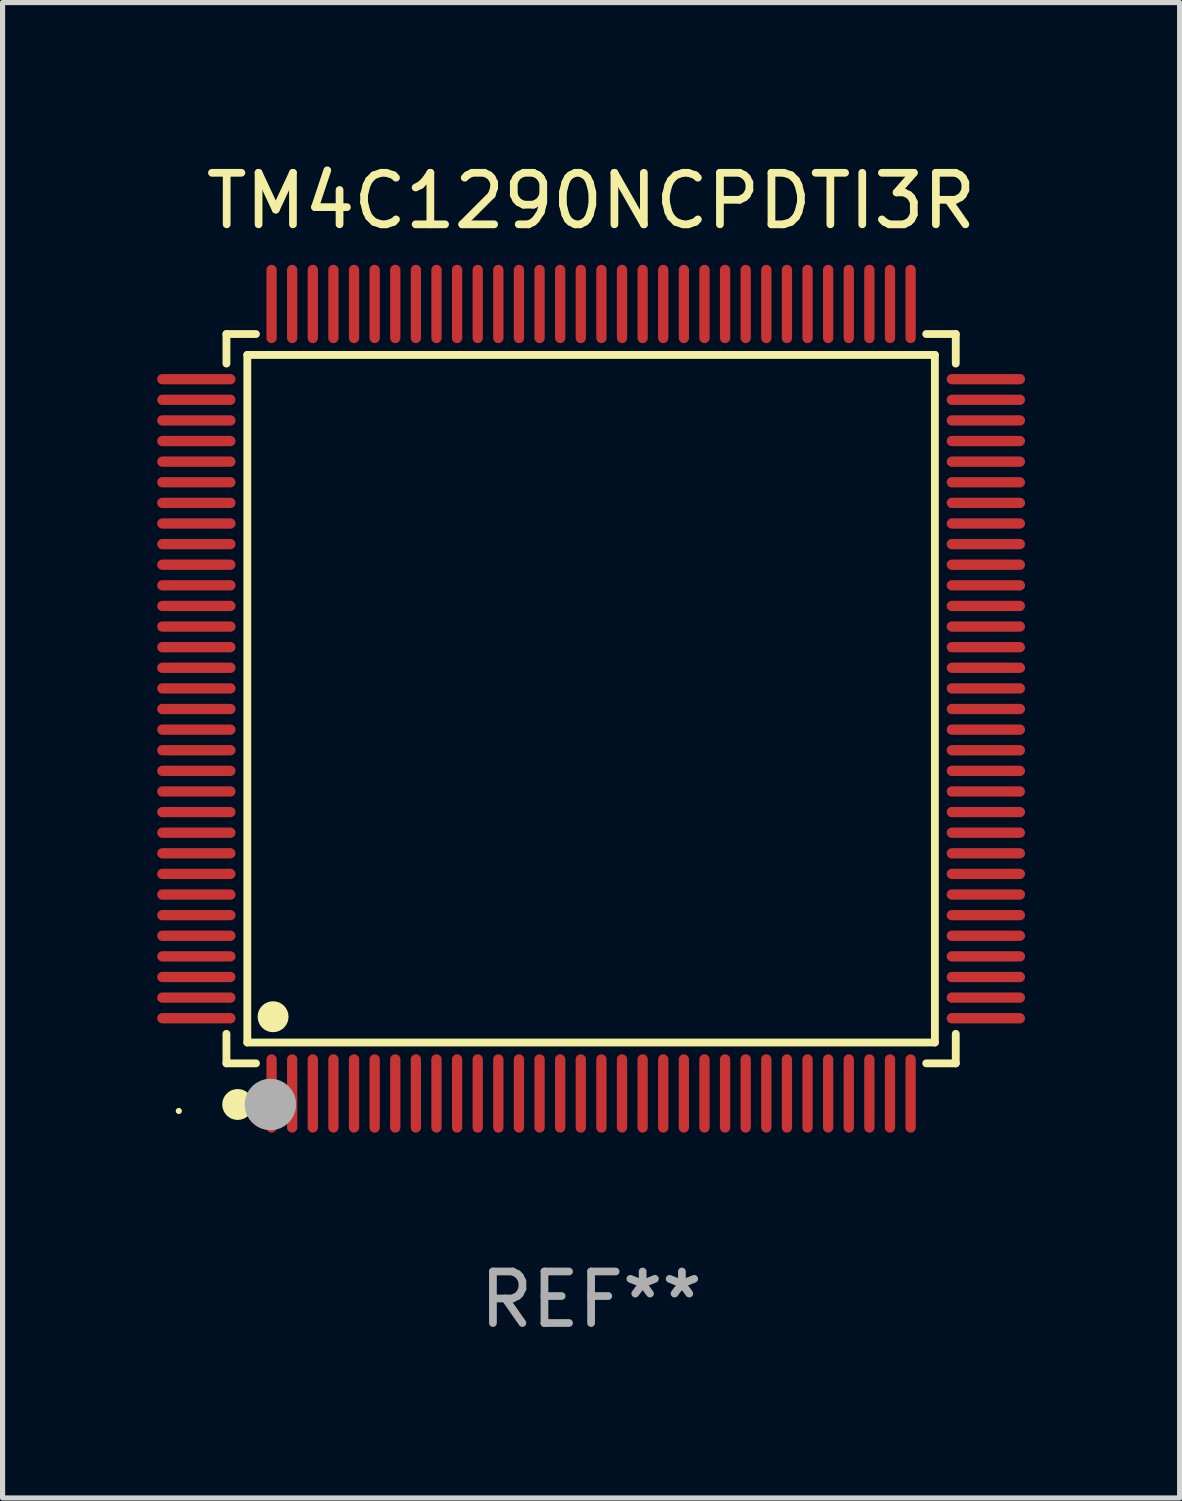
<source format=kicad_pcb>
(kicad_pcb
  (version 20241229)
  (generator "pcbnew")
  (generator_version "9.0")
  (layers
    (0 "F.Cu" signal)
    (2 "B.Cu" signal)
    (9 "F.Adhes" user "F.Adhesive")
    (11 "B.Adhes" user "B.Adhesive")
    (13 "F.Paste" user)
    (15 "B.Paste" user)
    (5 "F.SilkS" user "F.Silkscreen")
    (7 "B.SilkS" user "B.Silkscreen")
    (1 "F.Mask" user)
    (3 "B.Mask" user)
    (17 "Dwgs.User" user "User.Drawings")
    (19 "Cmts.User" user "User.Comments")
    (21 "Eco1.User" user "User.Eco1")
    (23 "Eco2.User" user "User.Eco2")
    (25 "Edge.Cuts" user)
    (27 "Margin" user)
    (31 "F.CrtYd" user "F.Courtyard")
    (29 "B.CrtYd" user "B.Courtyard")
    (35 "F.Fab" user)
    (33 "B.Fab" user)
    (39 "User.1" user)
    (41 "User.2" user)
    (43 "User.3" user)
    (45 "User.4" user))
  (footprint "TM4C1290NCPDTI3R"
    (layer "F.Cu")
    (at 8.42 10.508)
    (property "Reference" "TM4C1290NCPDTI3R" (at 0 -9.66 0) (layer "F.SilkS") (effects (font (size 1 1) (thickness 0.15))))
    (attr through_hole)
    (fp_line (start -7.076 -7.076) (end -6.503 -7.076) (stroke (width 0.152) (type solid)) (layer "F.SilkS"))
    (fp_line (start -7.076 -6.503) (end -7.076 -7.076) (stroke (width 0.152) (type solid)) (layer "F.SilkS"))
    (fp_line (start -7.076 6.503) (end -7.076 7.076) (stroke (width 0.152) (type solid)) (layer "F.SilkS"))
    (fp_line (start -7.076 7.076) (end -6.503 7.076) (stroke (width 0.152) (type solid)) (layer "F.SilkS"))
    (fp_line (start -6.671 -6.671) (end 6.671 -6.671) (stroke (width 0.152) (type solid)) (layer "F.SilkS"))
    (fp_line (start -6.671 6.671) (end -6.671 -6.671) (stroke (width 0.152) (type solid)) (layer "F.SilkS"))
    (fp_line (start 6.671 -6.671) (end 6.671 6.671) (stroke (width 0.152) (type solid)) (layer "F.SilkS"))
    (fp_line (start 6.671 6.671) (end -6.671 6.671) (stroke (width 0.152) (type solid)) (layer "F.SilkS"))
    (fp_line (start 7.076 -7.076) (end 6.503 -7.076) (stroke (width 0.152) (type solid)) (layer "F.SilkS"))
    (fp_line (start 7.076 -6.503) (end 7.076 -7.076) (stroke (width 0.152) (type solid)) (layer "F.SilkS"))
    (fp_line (start 7.076 6.503) (end 7.076 7.076) (stroke (width 0.152) (type solid)) (layer "F.SilkS"))
    (fp_line (start 7.076 7.076) (end 6.503 7.076) (stroke (width 0.152) (type solid)) (layer "F.SilkS"))
    (fp_circle (center -8 8) (end -7.97 8) (stroke (width 0.06) (type solid)) (fill no) (layer "F.SilkS"))
    (fp_circle (center -6.858 7.874) (end -6.708 7.874) (stroke (width 0.3) (type solid)) (fill no) (layer "F.SilkS"))
    (fp_circle (center -6.171 6.171) (end -6.021 6.171) (stroke (width 0.3) (type solid)) (fill no) (layer "F.SilkS"))
    (fp_circle (center -6.223 7.874) (end -5.973 7.874) (stroke (width 0.5) (type solid)) (fill no) (layer "F.Fab"))
    (fp_text user "REF**" (at 0 11.66 0) (layer "F.Fab") (effects (font (size 1 1) (thickness 0.15))))
    (pad "1" smd oval (at -6.2 7.66) (size 0.2 1.52) (layers "F.Cu" "F.Mask" "F.Paste"))
    (pad "2" smd oval (at -5.8 7.66) (size 0.2 1.52) (layers "F.Cu" "F.Mask" "F.Paste"))
    (pad "3" smd oval (at -5.4 7.66) (size 0.2 1.52) (layers "F.Cu" "F.Mask" "F.Paste"))
    (pad "4" smd oval (at -5 7.66) (size 0.2 1.52) (layers "F.Cu" "F.Mask" "F.Paste"))
    (pad "5" smd oval (at -4.6 7.66) (size 0.2 1.52) (layers "F.Cu" "F.Mask" "F.Paste"))
    (pad "6" smd oval (at -4.2 7.66) (size 0.2 1.52) (layers "F.Cu" "F.Mask" "F.Paste"))
    (pad "7" smd oval (at -3.8 7.66) (size 0.2 1.52) (layers "F.Cu" "F.Mask" "F.Paste"))
    (pad "8" smd oval (at -3.4 7.66) (size 0.2 1.52) (layers "F.Cu" "F.Mask" "F.Paste"))
    (pad "9" smd oval (at -3 7.66) (size 0.2 1.52) (layers "F.Cu" "F.Mask" "F.Paste"))
    (pad "10" smd oval (at -2.6 7.66) (size 0.2 1.52) (layers "F.Cu" "F.Mask" "F.Paste"))
    (pad "11" smd oval (at -2.2 7.66) (size 0.2 1.52) (layers "F.Cu" "F.Mask" "F.Paste"))
    (pad "12" smd oval (at -1.8 7.66) (size 0.2 1.52) (layers "F.Cu" "F.Mask" "F.Paste"))
    (pad "13" smd oval (at -1.4 7.66) (size 0.2 1.52) (layers "F.Cu" "F.Mask" "F.Paste"))
    (pad "14" smd oval (at -1 7.66) (size 0.2 1.52) (layers "F.Cu" "F.Mask" "F.Paste"))
    (pad "15" smd oval (at -0.6 7.66) (size 0.2 1.52) (layers "F.Cu" "F.Mask" "F.Paste"))
    (pad "16" smd oval (at -0.2 7.66) (size 0.2 1.52) (layers "F.Cu" "F.Mask" "F.Paste"))
    (pad "17" smd oval (at 0.2 7.66) (size 0.2 1.52) (layers "F.Cu" "F.Mask" "F.Paste"))
    (pad "18" smd oval (at 0.6 7.66) (size 0.2 1.52) (layers "F.Cu" "F.Mask" "F.Paste"))
    (pad "19" smd oval (at 1 7.66) (size 0.2 1.52) (layers "F.Cu" "F.Mask" "F.Paste"))
    (pad "20" smd oval (at 1.4 7.66) (size 0.2 1.52) (layers "F.Cu" "F.Mask" "F.Paste"))
    (pad "21" smd oval (at 1.8 7.66) (size 0.2 1.52) (layers "F.Cu" "F.Mask" "F.Paste"))
    (pad "22" smd oval (at 2.2 7.66) (size 0.2 1.52) (layers "F.Cu" "F.Mask" "F.Paste"))
    (pad "23" smd oval (at 2.6 7.66) (size 0.2 1.52) (layers "F.Cu" "F.Mask" "F.Paste"))
    (pad "24" smd oval (at 3 7.66) (size 0.2 1.52) (layers "F.Cu" "F.Mask" "F.Paste"))
    (pad "25" smd oval (at 3.4 7.66) (size 0.2 1.52) (layers "F.Cu" "F.Mask" "F.Paste"))
    (pad "26" smd oval (at 3.8 7.66) (size 0.2 1.52) (layers "F.Cu" "F.Mask" "F.Paste"))
    (pad "27" smd oval (at 4.2 7.66) (size 0.2 1.52) (layers "F.Cu" "F.Mask" "F.Paste"))
    (pad "28" smd oval (at 4.6 7.66) (size 0.2 1.52) (layers "F.Cu" "F.Mask" "F.Paste"))
    (pad "29" smd oval (at 5 7.66) (size 0.2 1.52) (layers "F.Cu" "F.Mask" "F.Paste"))
    (pad "30" smd oval (at 5.4 7.66) (size 0.2 1.52) (layers "F.Cu" "F.Mask" "F.Paste"))
    (pad "31" smd oval (at 5.8 7.66) (size 0.2 1.52) (layers "F.Cu" "F.Mask" "F.Paste"))
    (pad "32" smd oval (at 6.2 7.66) (size 0.2 1.52) (layers "F.Cu" "F.Mask" "F.Paste"))
    (pad "33" smd oval (at 7.66 6.2) (size 1.52 0.2) (layers "F.Cu" "F.Mask" "F.Paste"))
    (pad "34" smd oval (at 7.66 5.8) (size 1.52 0.2) (layers "F.Cu" "F.Mask" "F.Paste"))
    (pad "35" smd oval (at 7.66 5.4) (size 1.52 0.2) (layers "F.Cu" "F.Mask" "F.Paste"))
    (pad "36" smd oval (at 7.66 5) (size 1.52 0.2) (layers "F.Cu" "F.Mask" "F.Paste"))
    (pad "37" smd oval (at 7.66 4.6) (size 1.52 0.2) (layers "F.Cu" "F.Mask" "F.Paste"))
    (pad "38" smd oval (at 7.66 4.2) (size 1.52 0.2) (layers "F.Cu" "F.Mask" "F.Paste"))
    (pad "39" smd oval (at 7.66 3.8) (size 1.52 0.2) (layers "F.Cu" "F.Mask" "F.Paste"))
    (pad "40" smd oval (at 7.66 3.4) (size 1.52 0.2) (layers "F.Cu" "F.Mask" "F.Paste"))
    (pad "41" smd oval (at 7.66 3) (size 1.52 0.2) (layers "F.Cu" "F.Mask" "F.Paste"))
    (pad "42" smd oval (at 7.66 2.6) (size 1.52 0.2) (layers "F.Cu" "F.Mask" "F.Paste"))
    (pad "43" smd oval (at 7.66 2.2) (size 1.52 0.2) (layers "F.Cu" "F.Mask" "F.Paste"))
    (pad "44" smd oval (at 7.66 1.8) (size 1.52 0.2) (layers "F.Cu" "F.Mask" "F.Paste"))
    (pad "45" smd oval (at 7.66 1.4) (size 1.52 0.2) (layers "F.Cu" "F.Mask" "F.Paste"))
    (pad "46" smd oval (at 7.66 1) (size 1.52 0.2) (layers "F.Cu" "F.Mask" "F.Paste"))
    (pad "47" smd oval (at 7.66 0.6) (size 1.52 0.2) (layers "F.Cu" "F.Mask" "F.Paste"))
    (pad "48" smd oval (at 7.66 0.2) (size 1.52 0.2) (layers "F.Cu" "F.Mask" "F.Paste"))
    (pad "49" smd oval (at 7.66 -0.2) (size 1.52 0.2) (layers "F.Cu" "F.Mask" "F.Paste"))
    (pad "50" smd oval (at 7.66 -0.6) (size 1.52 0.2) (layers "F.Cu" "F.Mask" "F.Paste"))
    (pad "51" smd oval (at 7.66 -1) (size 1.52 0.2) (layers "F.Cu" "F.Mask" "F.Paste"))
    (pad "52" smd oval (at 7.66 -1.4) (size 1.52 0.2) (layers "F.Cu" "F.Mask" "F.Paste"))
    (pad "53" smd oval (at 7.66 -1.8) (size 1.52 0.2) (layers "F.Cu" "F.Mask" "F.Paste"))
    (pad "54" smd oval (at 7.66 -2.2) (size 1.52 0.2) (layers "F.Cu" "F.Mask" "F.Paste"))
    (pad "55" smd oval (at 7.66 -2.6) (size 1.52 0.2) (layers "F.Cu" "F.Mask" "F.Paste"))
    (pad "56" smd oval (at 7.66 -3) (size 1.52 0.2) (layers "F.Cu" "F.Mask" "F.Paste"))
    (pad "57" smd oval (at 7.66 -3.4) (size 1.52 0.2) (layers "F.Cu" "F.Mask" "F.Paste"))
    (pad "58" smd oval (at 7.66 -3.8) (size 1.52 0.2) (layers "F.Cu" "F.Mask" "F.Paste"))
    (pad "59" smd oval (at 7.66 -4.2) (size 1.52 0.2) (layers "F.Cu" "F.Mask" "F.Paste"))
    (pad "60" smd oval (at 7.66 -4.6) (size 1.52 0.2) (layers "F.Cu" "F.Mask" "F.Paste"))
    (pad "61" smd oval (at 7.66 -5) (size 1.52 0.2) (layers "F.Cu" "F.Mask" "F.Paste"))
    (pad "62" smd oval (at 7.66 -5.4) (size 1.52 0.2) (layers "F.Cu" "F.Mask" "F.Paste"))
    (pad "63" smd oval (at 7.66 -5.8) (size 1.52 0.2) (layers "F.Cu" "F.Mask" "F.Paste"))
    (pad "64" smd oval (at 7.66 -6.2) (size 1.52 0.2) (layers "F.Cu" "F.Mask" "F.Paste"))
    (pad "65" smd oval (at 6.2 -7.66) (size 0.2 1.52) (layers "F.Cu" "F.Mask" "F.Paste"))
    (pad "66" smd oval (at 5.8 -7.66) (size 0.2 1.52) (layers "F.Cu" "F.Mask" "F.Paste"))
    (pad "67" smd oval (at 5.4 -7.66) (size 0.2 1.52) (layers "F.Cu" "F.Mask" "F.Paste"))
    (pad "68" smd oval (at 5 -7.66) (size 0.2 1.52) (layers "F.Cu" "F.Mask" "F.Paste"))
    (pad "69" smd oval (at 4.6 -7.66) (size 0.2 1.52) (layers "F.Cu" "F.Mask" "F.Paste"))
    (pad "70" smd oval (at 4.2 -7.66) (size 0.2 1.52) (layers "F.Cu" "F.Mask" "F.Paste"))
    (pad "71" smd oval (at 3.8 -7.66) (size 0.2 1.52) (layers "F.Cu" "F.Mask" "F.Paste"))
    (pad "72" smd oval (at 3.4 -7.66) (size 0.2 1.52) (layers "F.Cu" "F.Mask" "F.Paste"))
    (pad "73" smd oval (at 3 -7.66) (size 0.2 1.52) (layers "F.Cu" "F.Mask" "F.Paste"))
    (pad "74" smd oval (at 2.6 -7.66) (size 0.2 1.52) (layers "F.Cu" "F.Mask" "F.Paste"))
    (pad "75" smd oval (at 2.2 -7.66) (size 0.2 1.52) (layers "F.Cu" "F.Mask" "F.Paste"))
    (pad "76" smd oval (at 1.8 -7.66) (size 0.2 1.52) (layers "F.Cu" "F.Mask" "F.Paste"))
    (pad "77" smd oval (at 1.4 -7.66) (size 0.2 1.52) (layers "F.Cu" "F.Mask" "F.Paste"))
    (pad "78" smd oval (at 1 -7.66) (size 0.2 1.52) (layers "F.Cu" "F.Mask" "F.Paste"))
    (pad "79" smd oval (at 0.6 -7.66) (size 0.2 1.52) (layers "F.Cu" "F.Mask" "F.Paste"))
    (pad "80" smd oval (at 0.2 -7.66) (size 0.2 1.52) (layers "F.Cu" "F.Mask" "F.Paste"))
    (pad "81" smd oval (at -0.2 -7.66) (size 0.2 1.52) (layers "F.Cu" "F.Mask" "F.Paste"))
    (pad "82" smd oval (at -0.6 -7.66) (size 0.2 1.52) (layers "F.Cu" "F.Mask" "F.Paste"))
    (pad "83" smd oval (at -1 -7.66) (size 0.2 1.52) (layers "F.Cu" "F.Mask" "F.Paste"))
    (pad "84" smd oval (at -1.4 -7.66) (size 0.2 1.52) (layers "F.Cu" "F.Mask" "F.Paste"))
    (pad "85" smd oval (at -1.8 -7.66) (size 0.2 1.52) (layers "F.Cu" "F.Mask" "F.Paste"))
    (pad "86" smd oval (at -2.2 -7.66) (size 0.2 1.52) (layers "F.Cu" "F.Mask" "F.Paste"))
    (pad "87" smd oval (at -2.6 -7.66) (size 0.2 1.52) (layers "F.Cu" "F.Mask" "F.Paste"))
    (pad "88" smd oval (at -3 -7.66) (size 0.2 1.52) (layers "F.Cu" "F.Mask" "F.Paste"))
    (pad "89" smd oval (at -3.4 -7.66) (size 0.2 1.52) (layers "F.Cu" "F.Mask" "F.Paste"))
    (pad "90" smd oval (at -3.8 -7.66) (size 0.2 1.52) (layers "F.Cu" "F.Mask" "F.Paste"))
    (pad "91" smd oval (at -4.2 -7.66) (size 0.2 1.52) (layers "F.Cu" "F.Mask" "F.Paste"))
    (pad "92" smd oval (at -4.6 -7.66) (size 0.2 1.52) (layers "F.Cu" "F.Mask" "F.Paste"))
    (pad "93" smd oval (at -5 -7.66) (size 0.2 1.52) (layers "F.Cu" "F.Mask" "F.Paste"))
    (pad "94" smd oval (at -5.4 -7.66) (size 0.2 1.52) (layers "F.Cu" "F.Mask" "F.Paste"))
    (pad "95" smd oval (at -5.8 -7.66) (size 0.2 1.52) (layers "F.Cu" "F.Mask" "F.Paste"))
    (pad "96" smd oval (at -6.2 -7.66) (size 0.2 1.52) (layers "F.Cu" "F.Mask" "F.Paste"))
    (pad "97" smd oval (at -7.66 -6.2) (size 1.52 0.2) (layers "F.Cu" "F.Mask" "F.Paste"))
    (pad "98" smd oval (at -7.66 -5.8) (size 1.52 0.2) (layers "F.Cu" "F.Mask" "F.Paste"))
    (pad "99" smd oval (at -7.66 -5.4) (size 1.52 0.2) (layers "F.Cu" "F.Mask" "F.Paste"))
    (pad "100" smd oval (at -7.66 -5) (size 1.52 0.2) (layers "F.Cu" "F.Mask" "F.Paste"))
    (pad "101" smd oval (at -7.66 -4.6) (size 1.52 0.2) (layers "F.Cu" "F.Mask" "F.Paste"))
    (pad "102" smd oval (at -7.66 -4.2) (size 1.52 0.2) (layers "F.Cu" "F.Mask" "F.Paste"))
    (pad "103" smd oval (at -7.66 -3.8) (size 1.52 0.2) (layers "F.Cu" "F.Mask" "F.Paste"))
    (pad "104" smd oval (at -7.66 -3.4) (size 1.52 0.2) (layers "F.Cu" "F.Mask" "F.Paste"))
    (pad "105" smd oval (at -7.66 -3) (size 1.52 0.2) (layers "F.Cu" "F.Mask" "F.Paste"))
    (pad "106" smd oval (at -7.66 -2.6) (size 1.52 0.2) (layers "F.Cu" "F.Mask" "F.Paste"))
    (pad "107" smd oval (at -7.66 -2.2) (size 1.52 0.2) (layers "F.Cu" "F.Mask" "F.Paste"))
    (pad "108" smd oval (at -7.66 -1.8) (size 1.52 0.2) (layers "F.Cu" "F.Mask" "F.Paste"))
    (pad "109" smd oval (at -7.66 -1.4) (size 1.52 0.2) (layers "F.Cu" "F.Mask" "F.Paste"))
    (pad "110" smd oval (at -7.66 -1) (size 1.52 0.2) (layers "F.Cu" "F.Mask" "F.Paste"))
    (pad "111" smd oval (at -7.66 -0.6) (size 1.52 0.2) (layers "F.Cu" "F.Mask" "F.Paste"))
    (pad "112" smd oval (at -7.66 -0.2) (size 1.52 0.2) (layers "F.Cu" "F.Mask" "F.Paste"))
    (pad "113" smd oval (at -7.66 0.2) (size 1.52 0.2) (layers "F.Cu" "F.Mask" "F.Paste"))
    (pad "114" smd oval (at -7.66 0.6) (size 1.52 0.2) (layers "F.Cu" "F.Mask" "F.Paste"))
    (pad "115" smd oval (at -7.66 1) (size 1.52 0.2) (layers "F.Cu" "F.Mask" "F.Paste"))
    (pad "116" smd oval (at -7.66 1.4) (size 1.52 0.2) (layers "F.Cu" "F.Mask" "F.Paste"))
    (pad "117" smd oval (at -7.66 1.8) (size 1.52 0.2) (layers "F.Cu" "F.Mask" "F.Paste"))
    (pad "118" smd oval (at -7.66 2.2) (size 1.52 0.2) (layers "F.Cu" "F.Mask" "F.Paste"))
    (pad "119" smd oval (at -7.66 2.6) (size 1.52 0.2) (layers "F.Cu" "F.Mask" "F.Paste"))
    (pad "120" smd oval (at -7.66 3) (size 1.52 0.2) (layers "F.Cu" "F.Mask" "F.Paste"))
    (pad "121" smd oval (at -7.66 3.4) (size 1.52 0.2) (layers "F.Cu" "F.Mask" "F.Paste"))
    (pad "122" smd oval (at -7.66 3.8) (size 1.52 0.2) (layers "F.Cu" "F.Mask" "F.Paste"))
    (pad "123" smd oval (at -7.66 4.2) (size 1.52 0.2) (layers "F.Cu" "F.Mask" "F.Paste"))
    (pad "124" smd oval (at -7.66 4.6) (size 1.52 0.2) (layers "F.Cu" "F.Mask" "F.Paste"))
    (pad "125" smd oval (at -7.66 5) (size 1.52 0.2) (layers "F.Cu" "F.Mask" "F.Paste"))
    (pad "126" smd oval (at -7.66 5.4) (size 1.52 0.2) (layers "F.Cu" "F.Mask" "F.Paste"))
    (pad "127" smd oval (at -7.66 5.8) (size 1.52 0.2) (layers "F.Cu" "F.Mask" "F.Paste"))
    (pad "128" smd oval (at -7.66 6.2) (size 1.52 0.2) (layers "F.Cu" "F.Mask" "F.Paste")))
  (gr_rect
    (start -3 -3)
    (end 19.84 26.017)
    (stroke (width 0.1) (type default))
    (fill no)
    (layer "Edge.Cuts")))
</source>
